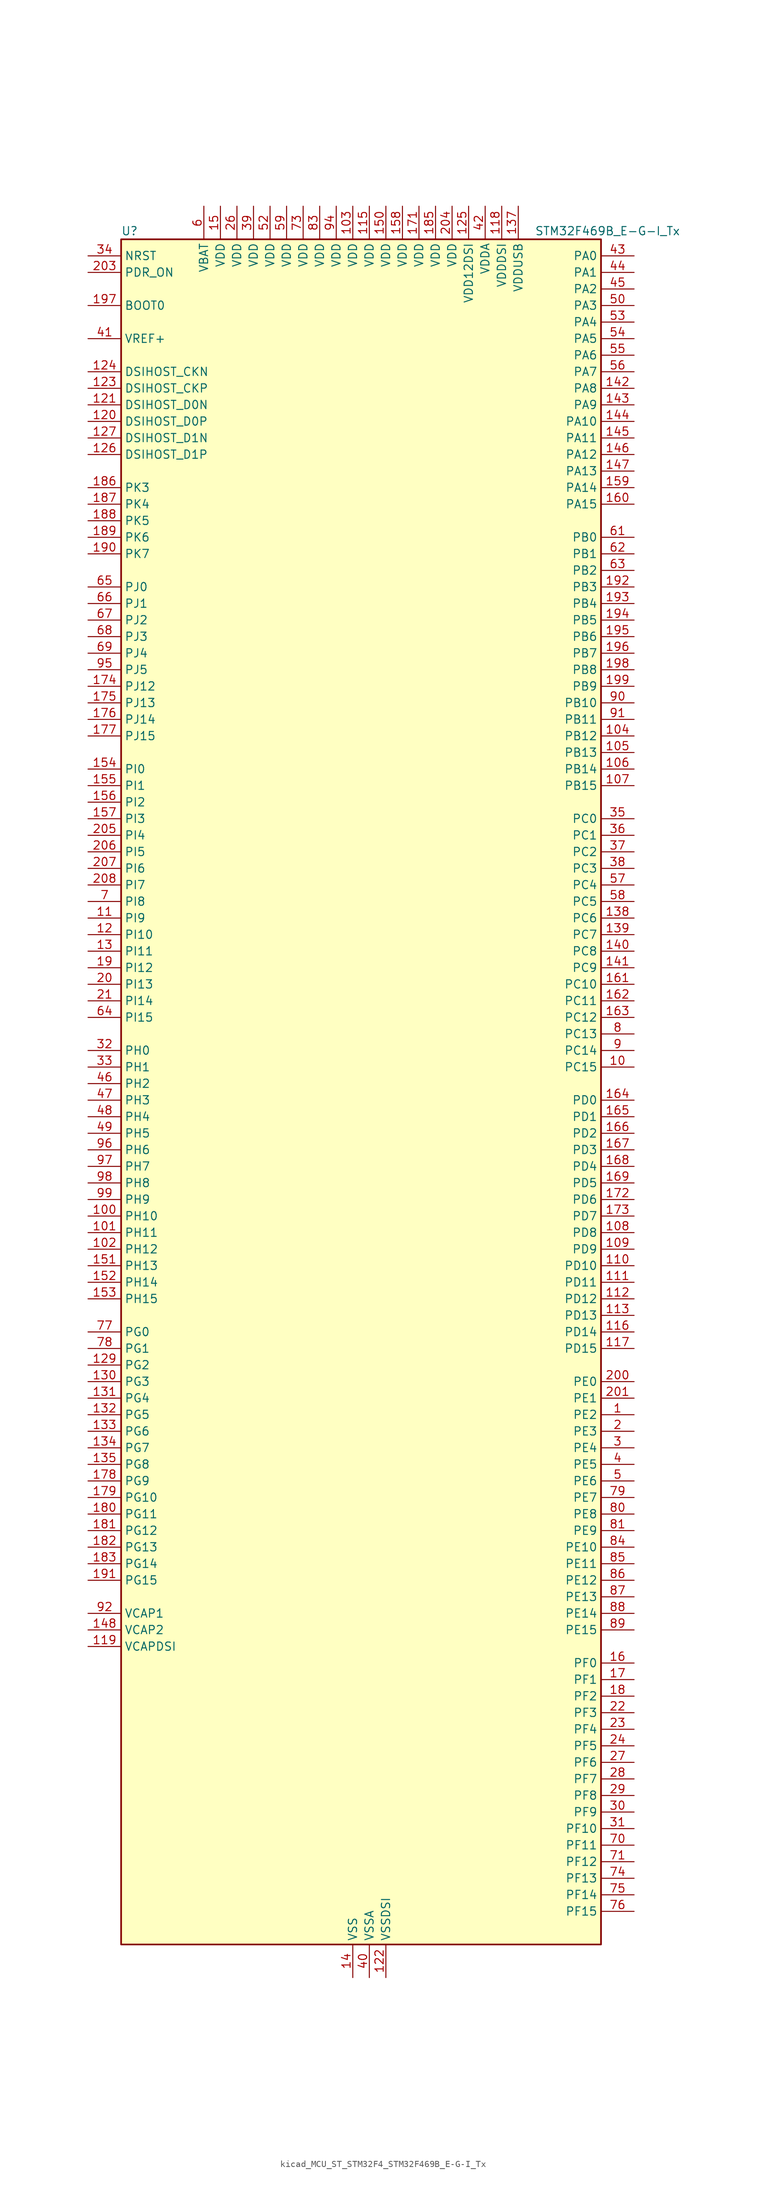
<source format=kicad_sym>
(kicad_symbol_lib
  (version 20220914)
  (generator kicad_symbol_editor)
  (symbol "kicad_MCU_ST_STM32F4_STM32F469B_E-G-I_Tx"
    (property "Reference" "U"
      (at -35.56 133.35 0)
      (effects (font (size 1.27 1.27)) (justify left)))
    (property "Value" "STM32F469B_E-G-I_Tx"
      (at 27.94 133.35 0)
      (effects (font (size 1.27 1.27)) (justify left)))
    (property "ki_locked" ""
      (at 0 0 0)
      (effects (font (size 1.27 1.27))))
    (symbol "kicad_MCU_ST_STM32F4_STM32F469B_E-G-I_Tx_0_1"
      (rectangle (start -35.56 -129.54) (end 38.1 132.08) (stroke (width 0.254) (type default)) (fill (type background))))
    (symbol "kicad_MCU_ST_STM32F4_STM32F469B_E-G-I_Tx_1_1"
      (pin bidirectional line (at 43.18 -48.26 180) (length 5.08) (name "PE2" (effects (font (size 1.27 1.27)))) (number "1" (effects (font (size 1.27 1.27)))) (alternate "ETH_TXD3" bidirectional line) (alternate "FMC_A23" bidirectional line) (alternate "QUADSPI_BK1_IO2" bidirectional line) (alternate "SAI1_MCLK_A" bidirectional line) (alternate "SPI4_SCK" bidirectional line) (alternate "SYS_TRACECLK" bidirectional line))
      (pin bidirectional line (at 43.18 5.08 180) (length 5.08) (name "PC15" (effects (font (size 1.27 1.27)))) (number "10" (effects (font (size 1.27 1.27)))) (alternate "ADC1_EXTI15" bidirectional line) (alternate "ADC2_EXTI15" bidirectional line) (alternate "ADC3_EXTI15" bidirectional line) (alternate "RCC_OSC32_OUT" bidirectional line))
      (pin bidirectional line (at -40.64 -17.78 0) (length 5.08) (name "PH10" (effects (font (size 1.27 1.27)))) (number "100" (effects (font (size 1.27 1.27)))) (alternate "DCMI_D1" bidirectional line) (alternate "FMC_D18" bidirectional line) (alternate "LTDC_R4" bidirectional line) (alternate "TIM5_CH1" bidirectional line))
      (pin bidirectional line (at -40.64 -20.32 0) (length 5.08) (name "PH11" (effects (font (size 1.27 1.27)))) (number "101" (effects (font (size 1.27 1.27)))) (alternate "ADC1_EXTI11" bidirectional line) (alternate "ADC2_EXTI11" bidirectional line) (alternate "ADC3_EXTI11" bidirectional line) (alternate "DCMI_D2" bidirectional line) (alternate "FMC_D19" bidirectional line) (alternate "LTDC_R5" bidirectional line) (alternate "TIM5_CH2" bidirectional line))
      (pin bidirectional line (at -40.64 -22.86 0) (length 5.08) (name "PH12" (effects (font (size 1.27 1.27)))) (number "102" (effects (font (size 1.27 1.27)))) (alternate "DCMI_D3" bidirectional line) (alternate "FMC_D20" bidirectional line) (alternate "LTDC_R6" bidirectional line) (alternate "TIM5_CH3" bidirectional line))
      (pin power_in line (at 0 137.16 270) (length 5.08) (name "VDD" (effects (font (size 1.27 1.27)))) (number "103" (effects (font (size 1.27 1.27)))))
      (pin bidirectional line (at 43.18 55.88 180) (length 5.08) (name "PB12" (effects (font (size 1.27 1.27)))) (number "104" (effects (font (size 1.27 1.27)))) (alternate "CAN2_RX" bidirectional line) (alternate "ETH_TXD0" bidirectional line) (alternate "I2C2_SMBA" bidirectional line) (alternate "I2S2_WS" bidirectional line) (alternate "SPI2_NSS" bidirectional line) (alternate "TIM1_BKIN" bidirectional line) (alternate "USART3_CK" bidirectional line) (alternate "USB_OTG_HS_ID" bidirectional line) (alternate "USB_OTG_HS_ULPI_D5" bidirectional line))
      (pin bidirectional line (at 43.18 53.34 180) (length 5.08) (name "PB13" (effects (font (size 1.27 1.27)))) (number "105" (effects (font (size 1.27 1.27)))) (alternate "CAN2_TX" bidirectional line) (alternate "ETH_TXD1" bidirectional line) (alternate "I2S2_CK" bidirectional line) (alternate "SPI2_SCK" bidirectional line) (alternate "TIM1_CH1N" bidirectional line) (alternate "USART3_CTS" bidirectional line) (alternate "USB_OTG_HS_ULPI_D6" bidirectional line) (alternate "USB_OTG_HS_VBUS" bidirectional line))
      (pin bidirectional line (at 43.18 50.8 180) (length 5.08) (name "PB14" (effects (font (size 1.27 1.27)))) (number "106" (effects (font (size 1.27 1.27)))) (alternate "I2S2_ext_SD" bidirectional line) (alternate "SPI2_MISO" bidirectional line) (alternate "TIM12_CH1" bidirectional line) (alternate "TIM1_CH2N" bidirectional line) (alternate "TIM8_CH2N" bidirectional line) (alternate "USART3_RTS" bidirectional line) (alternate "USB_OTG_HS_DM" bidirectional line))
      (pin bidirectional line (at 43.18 48.26 180) (length 5.08) (name "PB15" (effects (font (size 1.27 1.27)))) (number "107" (effects (font (size 1.27 1.27)))) (alternate "ADC1_EXTI15" bidirectional line) (alternate "ADC2_EXTI15" bidirectional line) (alternate "ADC3_EXTI15" bidirectional line) (alternate "I2S2_SD" bidirectional line) (alternate "RTC_REFIN" bidirectional line) (alternate "SPI2_MOSI" bidirectional line) (alternate "TIM12_CH2" bidirectional line) (alternate "TIM1_CH3N" bidirectional line) (alternate "TIM8_CH3N" bidirectional line) (alternate "USB_OTG_HS_DP" bidirectional line))
      (pin bidirectional line (at 43.18 -20.32 180) (length 5.08) (name "PD8" (effects (font (size 1.27 1.27)))) (number "108" (effects (font (size 1.27 1.27)))) (alternate "FMC_D13" bidirectional line) (alternate "FMC_DA13" bidirectional line) (alternate "USART3_TX" bidirectional line))
      (pin bidirectional line (at 43.18 -22.86 180) (length 5.08) (name "PD9" (effects (font (size 1.27 1.27)))) (number "109" (effects (font (size 1.27 1.27)))) (alternate "DAC_EXTI9" bidirectional line) (alternate "FMC_D14" bidirectional line) (alternate "FMC_DA14" bidirectional line) (alternate "USART3_RX" bidirectional line))
      (pin bidirectional line (at -40.64 27.94 0) (length 5.08) (name "PI9" (effects (font (size 1.27 1.27)))) (number "11" (effects (font (size 1.27 1.27)))) (alternate "CAN1_RX" bidirectional line) (alternate "DAC_EXTI9" bidirectional line) (alternate "FMC_D30" bidirectional line) (alternate "LTDC_VSYNC" bidirectional line))
      (pin bidirectional line (at 43.18 -25.4 180) (length 5.08) (name "PD10" (effects (font (size 1.27 1.27)))) (number "110" (effects (font (size 1.27 1.27)))) (alternate "FMC_D15" bidirectional line) (alternate "FMC_DA15" bidirectional line) (alternate "LTDC_B3" bidirectional line) (alternate "USART3_CK" bidirectional line))
      (pin bidirectional line (at 43.18 -27.94 180) (length 5.08) (name "PD11" (effects (font (size 1.27 1.27)))) (number "111" (effects (font (size 1.27 1.27)))) (alternate "ADC1_EXTI11" bidirectional line) (alternate "ADC2_EXTI11" bidirectional line) (alternate "ADC3_EXTI11" bidirectional line) (alternate "FMC_A16" bidirectional line) (alternate "FMC_CLE" bidirectional line) (alternate "QUADSPI_BK1_IO0" bidirectional line) (alternate "USART3_CTS" bidirectional line))
      (pin bidirectional line (at 43.18 -30.48 180) (length 5.08) (name "PD12" (effects (font (size 1.27 1.27)))) (number "112" (effects (font (size 1.27 1.27)))) (alternate "FMC_A17" bidirectional line) (alternate "FMC_ALE" bidirectional line) (alternate "QUADSPI_BK1_IO1" bidirectional line) (alternate "TIM4_CH1" bidirectional line) (alternate "USART3_RTS" bidirectional line))
      (pin bidirectional line (at 43.18 -33.02 180) (length 5.08) (name "PD13" (effects (font (size 1.27 1.27)))) (number "113" (effects (font (size 1.27 1.27)))) (alternate "FMC_A18" bidirectional line) (alternate "QUADSPI_BK1_IO3" bidirectional line) (alternate "TIM4_CH2" bidirectional line))
      (pin passive line (at 0 -134.62 90) (length 5.08) hide (name "VSS" (effects (font (size 1.27 1.27)))) (number "114" (effects (font (size 1.27 1.27)))))
      (pin power_in line (at 2.54 137.16 270) (length 5.08) (name "VDD" (effects (font (size 1.27 1.27)))) (number "115" (effects (font (size 1.27 1.27)))))
      (pin bidirectional line (at 43.18 -35.56 180) (length 5.08) (name "PD14" (effects (font (size 1.27 1.27)))) (number "116" (effects (font (size 1.27 1.27)))) (alternate "FMC_D0" bidirectional line) (alternate "FMC_DA0" bidirectional line) (alternate "TIM4_CH3" bidirectional line))
      (pin bidirectional line (at 43.18 -38.1 180) (length 5.08) (name "PD15" (effects (font (size 1.27 1.27)))) (number "117" (effects (font (size 1.27 1.27)))) (alternate "ADC1_EXTI15" bidirectional line) (alternate "ADC2_EXTI15" bidirectional line) (alternate "ADC3_EXTI15" bidirectional line) (alternate "FMC_D1" bidirectional line) (alternate "FMC_DA1" bidirectional line) (alternate "TIM4_CH4" bidirectional line))
      (pin power_in line (at 22.86 137.16 270) (length 5.08) (name "VDDDSI" (effects (font (size 1.27 1.27)))) (number "118" (effects (font (size 1.27 1.27)))))
      (pin power_out line (at -40.64 -83.82 0) (length 5.08) (name "VCAPDSI" (effects (font (size 1.27 1.27)))) (number "119" (effects (font (size 1.27 1.27)))))
      (pin bidirectional line (at -40.64 25.4 0) (length 5.08) (name "PI10" (effects (font (size 1.27 1.27)))) (number "12" (effects (font (size 1.27 1.27)))) (alternate "ETH_RX_ER" bidirectional line) (alternate "FMC_D31" bidirectional line) (alternate "LTDC_HSYNC" bidirectional line))
      (pin bidirectional line (at -40.64 104.14 0) (length 5.08) (name "DSIHOST_D0P" (effects (font (size 1.27 1.27)))) (number "120" (effects (font (size 1.27 1.27)))) (alternate "DSIHOST_D0P" bidirectional line))
      (pin bidirectional line (at -40.64 106.68 0) (length 5.08) (name "DSIHOST_D0N" (effects (font (size 1.27 1.27)))) (number "121" (effects (font (size 1.27 1.27)))) (alternate "DSIHOST_D0N" bidirectional line))
      (pin power_in line (at 5.08 -134.62 90) (length 5.08) (name "VSSDSI" (effects (font (size 1.27 1.27)))) (number "122" (effects (font (size 1.27 1.27)))))
      (pin bidirectional line (at -40.64 109.22 0) (length 5.08) (name "DSIHOST_CKP" (effects (font (size 1.27 1.27)))) (number "123" (effects (font (size 1.27 1.27)))) (alternate "DSIHOST_CKP" bidirectional line))
      (pin bidirectional line (at -40.64 111.76 0) (length 5.08) (name "DSIHOST_CKN" (effects (font (size 1.27 1.27)))) (number "124" (effects (font (size 1.27 1.27)))) (alternate "DSIHOST_CKN" bidirectional line))
      (pin power_in line (at 17.78 137.16 270) (length 5.08) (name "VDD12DSI" (effects (font (size 1.27 1.27)))) (number "125" (effects (font (size 1.27 1.27)))))
      (pin bidirectional line (at -40.64 99.06 0) (length 5.08) (name "DSIHOST_D1P" (effects (font (size 1.27 1.27)))) (number "126" (effects (font (size 1.27 1.27)))) (alternate "DSIHOST_D1P" bidirectional line))
      (pin bidirectional line (at -40.64 101.6 0) (length 5.08) (name "DSIHOST_D1N" (effects (font (size 1.27 1.27)))) (number "127" (effects (font (size 1.27 1.27)))) (alternate "DSIHOST_D1N" bidirectional line))
      (pin passive line (at 5.08 -134.62 90) (length 5.08) hide (name "VSSDSI" (effects (font (size 1.27 1.27)))) (number "128" (effects (font (size 1.27 1.27)))))
      (pin bidirectional line (at -40.64 -40.64 0) (length 5.08) (name "PG2" (effects (font (size 1.27 1.27)))) (number "129" (effects (font (size 1.27 1.27)))) (alternate "FMC_A12" bidirectional line))
      (pin bidirectional line (at -40.64 22.86 0) (length 5.08) (name "PI11" (effects (font (size 1.27 1.27)))) (number "13" (effects (font (size 1.27 1.27)))) (alternate "ADC1_EXTI11" bidirectional line) (alternate "ADC2_EXTI11" bidirectional line) (alternate "ADC3_EXTI11" bidirectional line) (alternate "LTDC_G6" bidirectional line) (alternate "USB_OTG_HS_ULPI_DIR" bidirectional line))
      (pin bidirectional line (at -40.64 -43.18 0) (length 5.08) (name "PG3" (effects (font (size 1.27 1.27)))) (number "130" (effects (font (size 1.27 1.27)))) (alternate "FMC_A13" bidirectional line))
      (pin bidirectional line (at -40.64 -45.72 0) (length 5.08) (name "PG4" (effects (font (size 1.27 1.27)))) (number "131" (effects (font (size 1.27 1.27)))) (alternate "FMC_A14" bidirectional line) (alternate "FMC_BA0" bidirectional line))
      (pin bidirectional line (at -40.64 -48.26 0) (length 5.08) (name "PG5" (effects (font (size 1.27 1.27)))) (number "132" (effects (font (size 1.27 1.27)))) (alternate "FMC_A15" bidirectional line) (alternate "FMC_BA1" bidirectional line))
      (pin bidirectional line (at -40.64 -50.8 0) (length 5.08) (name "PG6" (effects (font (size 1.27 1.27)))) (number "133" (effects (font (size 1.27 1.27)))) (alternate "DCMI_D12" bidirectional line) (alternate "LTDC_R7" bidirectional line))
      (pin bidirectional line (at -40.64 -53.34 0) (length 5.08) (name "PG7" (effects (font (size 1.27 1.27)))) (number "134" (effects (font (size 1.27 1.27)))) (alternate "DCMI_D13" bidirectional line) (alternate "FMC_INT" bidirectional line) (alternate "LTDC_CLK" bidirectional line) (alternate "SAI1_MCLK_A" bidirectional line) (alternate "USART6_CK" bidirectional line))
      (pin bidirectional line (at -40.64 -55.88 0) (length 5.08) (name "PG8" (effects (font (size 1.27 1.27)))) (number "135" (effects (font (size 1.27 1.27)))) (alternate "ETH_PPS_OUT" bidirectional line) (alternate "FMC_SDCLK" bidirectional line) (alternate "LTDC_G7" bidirectional line) (alternate "SPI6_NSS" bidirectional line) (alternate "USART6_RTS" bidirectional line))
      (pin passive line (at 0 -134.62 90) (length 5.08) hide (name "VSS" (effects (font (size 1.27 1.27)))) (number "136" (effects (font (size 1.27 1.27)))))
      (pin power_in line (at 25.4 137.16 270) (length 5.08) (name "VDDUSB" (effects (font (size 1.27 1.27)))) (number "137" (effects (font (size 1.27 1.27)))))
      (pin bidirectional line (at 43.18 27.94 180) (length 5.08) (name "PC6" (effects (font (size 1.27 1.27)))) (number "138" (effects (font (size 1.27 1.27)))) (alternate "DCMI_D0" bidirectional line) (alternate "I2S2_MCK" bidirectional line) (alternate "LTDC_HSYNC" bidirectional line) (alternate "SDIO_D6" bidirectional line) (alternate "TIM3_CH1" bidirectional line) (alternate "TIM8_CH1" bidirectional line) (alternate "USART6_TX" bidirectional line))
      (pin bidirectional line (at 43.18 25.4 180) (length 5.08) (name "PC7" (effects (font (size 1.27 1.27)))) (number "139" (effects (font (size 1.27 1.27)))) (alternate "DCMI_D1" bidirectional line) (alternate "I2S3_MCK" bidirectional line) (alternate "LTDC_G6" bidirectional line) (alternate "SDIO_D7" bidirectional line) (alternate "TIM3_CH2" bidirectional line) (alternate "TIM8_CH2" bidirectional line) (alternate "USART6_RX" bidirectional line))
      (pin power_in line (at 0 -134.62 90) (length 5.08) (name "VSS" (effects (font (size 1.27 1.27)))) (number "14" (effects (font (size 1.27 1.27)))))
      (pin bidirectional line (at 43.18 22.86 180) (length 5.08) (name "PC8" (effects (font (size 1.27 1.27)))) (number "140" (effects (font (size 1.27 1.27)))) (alternate "DCMI_D2" bidirectional line) (alternate "SDIO_D0" bidirectional line) (alternate "SYS_TRACED1" bidirectional line) (alternate "TIM3_CH3" bidirectional line) (alternate "TIM8_CH3" bidirectional line) (alternate "USART6_CK" bidirectional line))
      (pin bidirectional line (at 43.18 20.32 180) (length 5.08) (name "PC9" (effects (font (size 1.27 1.27)))) (number "141" (effects (font (size 1.27 1.27)))) (alternate "DAC_EXTI9" bidirectional line) (alternate "DCMI_D3" bidirectional line) (alternate "I2C3_SDA" bidirectional line) (alternate "I2S_CKIN" bidirectional line) (alternate "QUADSPI_BK1_IO0" bidirectional line) (alternate "RCC_MCO_2" bidirectional line) (alternate "SDIO_D1" bidirectional line) (alternate "TIM3_CH4" bidirectional line) (alternate "TIM8_CH4" bidirectional line))
      (pin bidirectional line (at 43.18 109.22 180) (length 5.08) (name "PA8" (effects (font (size 1.27 1.27)))) (number "142" (effects (font (size 1.27 1.27)))) (alternate "I2C3_SCL" bidirectional line) (alternate "LTDC_R6" bidirectional line) (alternate "RCC_MCO_1" bidirectional line) (alternate "TIM1_CH1" bidirectional line) (alternate "USART1_CK" bidirectional line) (alternate "USB_OTG_FS_SOF" bidirectional line))
      (pin bidirectional line (at 43.18 106.68 180) (length 5.08) (name "PA9" (effects (font (size 1.27 1.27)))) (number "143" (effects (font (size 1.27 1.27)))) (alternate "DAC_EXTI9" bidirectional line) (alternate "DCMI_D0" bidirectional line) (alternate "I2C3_SMBA" bidirectional line) (alternate "I2S2_CK" bidirectional line) (alternate "SPI2_SCK" bidirectional line) (alternate "TIM1_CH2" bidirectional line) (alternate "USART1_TX" bidirectional line) (alternate "USB_OTG_FS_VBUS" bidirectional line))
      (pin bidirectional line (at 43.18 104.14 180) (length 5.08) (name "PA10" (effects (font (size 1.27 1.27)))) (number "144" (effects (font (size 1.27 1.27)))) (alternate "DCMI_D1" bidirectional line) (alternate "TIM1_CH3" bidirectional line) (alternate "USART1_RX" bidirectional line) (alternate "USB_OTG_FS_ID" bidirectional line))
      (pin bidirectional line (at 43.18 101.6 180) (length 5.08) (name "PA11" (effects (font (size 1.27 1.27)))) (number "145" (effects (font (size 1.27 1.27)))) (alternate "ADC1_EXTI11" bidirectional line) (alternate "ADC2_EXTI11" bidirectional line) (alternate "ADC3_EXTI11" bidirectional line) (alternate "CAN1_RX" bidirectional line) (alternate "LTDC_R4" bidirectional line) (alternate "TIM1_CH4" bidirectional line) (alternate "USART1_CTS" bidirectional line) (alternate "USB_OTG_FS_DM" bidirectional line))
      (pin bidirectional line (at 43.18 99.06 180) (length 5.08) (name "PA12" (effects (font (size 1.27 1.27)))) (number "146" (effects (font (size 1.27 1.27)))) (alternate "CAN1_TX" bidirectional line) (alternate "LTDC_R5" bidirectional line) (alternate "TIM1_ETR" bidirectional line) (alternate "USART1_RTS" bidirectional line) (alternate "USB_OTG_FS_DP" bidirectional line))
      (pin bidirectional line (at 43.18 96.52 180) (length 5.08) (name "PA13" (effects (font (size 1.27 1.27)))) (number "147" (effects (font (size 1.27 1.27)))) (alternate "SYS_JTMS-SWDIO" bidirectional line))
      (pin power_out line (at -40.64 -81.28 0) (length 5.08) (name "VCAP2" (effects (font (size 1.27 1.27)))) (number "148" (effects (font (size 1.27 1.27)))))
      (pin passive line (at 0 -134.62 90) (length 5.08) hide (name "VSS" (effects (font (size 1.27 1.27)))) (number "149" (effects (font (size 1.27 1.27)))))
      (pin power_in line (at -20.32 137.16 270) (length 5.08) (name "VDD" (effects (font (size 1.27 1.27)))) (number "15" (effects (font (size 1.27 1.27)))))
      (pin power_in line (at 5.08 137.16 270) (length 5.08) (name "VDD" (effects (font (size 1.27 1.27)))) (number "150" (effects (font (size 1.27 1.27)))))
      (pin bidirectional line (at -40.64 -25.4 0) (length 5.08) (name "PH13" (effects (font (size 1.27 1.27)))) (number "151" (effects (font (size 1.27 1.27)))) (alternate "CAN1_TX" bidirectional line) (alternate "FMC_D21" bidirectional line) (alternate "LTDC_G2" bidirectional line) (alternate "TIM8_CH1N" bidirectional line))
      (pin bidirectional line (at -40.64 -27.94 0) (length 5.08) (name "PH14" (effects (font (size 1.27 1.27)))) (number "152" (effects (font (size 1.27 1.27)))) (alternate "DCMI_D4" bidirectional line) (alternate "FMC_D22" bidirectional line) (alternate "LTDC_G3" bidirectional line) (alternate "TIM8_CH2N" bidirectional line))
      (pin bidirectional line (at -40.64 -30.48 0) (length 5.08) (name "PH15" (effects (font (size 1.27 1.27)))) (number "153" (effects (font (size 1.27 1.27)))) (alternate "ADC1_EXTI15" bidirectional line) (alternate "ADC2_EXTI15" bidirectional line) (alternate "ADC3_EXTI15" bidirectional line) (alternate "DCMI_D11" bidirectional line) (alternate "FMC_D23" bidirectional line) (alternate "LTDC_G4" bidirectional line) (alternate "TIM8_CH3N" bidirectional line))
      (pin bidirectional line (at -40.64 50.8 0) (length 5.08) (name "PI0" (effects (font (size 1.27 1.27)))) (number "154" (effects (font (size 1.27 1.27)))) (alternate "DCMI_D13" bidirectional line) (alternate "FMC_D24" bidirectional line) (alternate "I2S2_WS" bidirectional line) (alternate "LTDC_G5" bidirectional line) (alternate "SPI2_NSS" bidirectional line) (alternate "TIM5_CH4" bidirectional line))
      (pin bidirectional line (at -40.64 48.26 0) (length 5.08) (name "PI1" (effects (font (size 1.27 1.27)))) (number "155" (effects (font (size 1.27 1.27)))) (alternate "DCMI_D8" bidirectional line) (alternate "FMC_D25" bidirectional line) (alternate "I2S2_CK" bidirectional line) (alternate "LTDC_G6" bidirectional line) (alternate "SPI2_SCK" bidirectional line))
      (pin bidirectional line (at -40.64 45.72 0) (length 5.08) (name "PI2" (effects (font (size 1.27 1.27)))) (number "156" (effects (font (size 1.27 1.27)))) (alternate "DCMI_D9" bidirectional line) (alternate "FMC_D26" bidirectional line) (alternate "I2S2_ext_SD" bidirectional line) (alternate "LTDC_G7" bidirectional line) (alternate "SPI2_MISO" bidirectional line) (alternate "TIM8_CH4" bidirectional line))
      (pin bidirectional line (at -40.64 43.18 0) (length 5.08) (name "PI3" (effects (font (size 1.27 1.27)))) (number "157" (effects (font (size 1.27 1.27)))) (alternate "DCMI_D10" bidirectional line) (alternate "FMC_D27" bidirectional line) (alternate "I2S2_SD" bidirectional line) (alternate "SPI2_MOSI" bidirectional line) (alternate "TIM8_ETR" bidirectional line))
      (pin power_in line (at 7.62 137.16 270) (length 5.08) (name "VDD" (effects (font (size 1.27 1.27)))) (number "158" (effects (font (size 1.27 1.27)))))
      (pin bidirectional line (at 43.18 93.98 180) (length 5.08) (name "PA14" (effects (font (size 1.27 1.27)))) (number "159" (effects (font (size 1.27 1.27)))) (alternate "SYS_JTCK-SWCLK" bidirectional line))
      (pin bidirectional line (at 43.18 -86.36 180) (length 5.08) (name "PF0" (effects (font (size 1.27 1.27)))) (number "16" (effects (font (size 1.27 1.27)))) (alternate "FMC_A0" bidirectional line) (alternate "I2C2_SDA" bidirectional line))
      (pin bidirectional line (at 43.18 91.44 180) (length 5.08) (name "PA15" (effects (font (size 1.27 1.27)))) (number "160" (effects (font (size 1.27 1.27)))) (alternate "ADC1_EXTI15" bidirectional line) (alternate "ADC2_EXTI15" bidirectional line) (alternate "ADC3_EXTI15" bidirectional line) (alternate "I2S3_WS" bidirectional line) (alternate "SPI1_NSS" bidirectional line) (alternate "SPI3_NSS" bidirectional line) (alternate "SYS_JTDI" bidirectional line) (alternate "TIM2_CH1" bidirectional line) (alternate "TIM2_ETR" bidirectional line))
      (pin bidirectional line (at 43.18 17.78 180) (length 5.08) (name "PC10" (effects (font (size 1.27 1.27)))) (number "161" (effects (font (size 1.27 1.27)))) (alternate "DCMI_D8" bidirectional line) (alternate "I2S3_CK" bidirectional line) (alternate "LTDC_R2" bidirectional line) (alternate "QUADSPI_BK1_IO1" bidirectional line) (alternate "SDIO_D2" bidirectional line) (alternate "SPI3_SCK" bidirectional line) (alternate "UART4_TX" bidirectional line) (alternate "USART3_TX" bidirectional line))
      (pin bidirectional line (at 43.18 15.24 180) (length 5.08) (name "PC11" (effects (font (size 1.27 1.27)))) (number "162" (effects (font (size 1.27 1.27)))) (alternate "ADC1_EXTI11" bidirectional line) (alternate "ADC2_EXTI11" bidirectional line) (alternate "ADC3_EXTI11" bidirectional line) (alternate "DCMI_D4" bidirectional line) (alternate "I2S3_ext_SD" bidirectional line) (alternate "QUADSPI_BK2_NCS" bidirectional line) (alternate "SDIO_D3" bidirectional line) (alternate "SPI3_MISO" bidirectional line) (alternate "UART4_RX" bidirectional line) (alternate "USART3_RX" bidirectional line))
      (pin bidirectional line (at 43.18 12.7 180) (length 5.08) (name "PC12" (effects (font (size 1.27 1.27)))) (number "163" (effects (font (size 1.27 1.27)))) (alternate "DCMI_D9" bidirectional line) (alternate "I2S3_SD" bidirectional line) (alternate "SDIO_CK" bidirectional line) (alternate "SPI3_MOSI" bidirectional line) (alternate "SYS_TRACED3" bidirectional line) (alternate "UART5_TX" bidirectional line) (alternate "USART3_CK" bidirectional line))
      (pin bidirectional line (at 43.18 0 180) (length 5.08) (name "PD0" (effects (font (size 1.27 1.27)))) (number "164" (effects (font (size 1.27 1.27)))) (alternate "CAN1_RX" bidirectional line) (alternate "FMC_D2" bidirectional line) (alternate "FMC_DA2" bidirectional line))
      (pin bidirectional line (at 43.18 -2.54 180) (length 5.08) (name "PD1" (effects (font (size 1.27 1.27)))) (number "165" (effects (font (size 1.27 1.27)))) (alternate "CAN1_TX" bidirectional line) (alternate "FMC_D3" bidirectional line) (alternate "FMC_DA3" bidirectional line))
      (pin bidirectional line (at 43.18 -5.08 180) (length 5.08) (name "PD2" (effects (font (size 1.27 1.27)))) (number "166" (effects (font (size 1.27 1.27)))) (alternate "DCMI_D11" bidirectional line) (alternate "SDIO_CMD" bidirectional line) (alternate "SYS_TRACED2" bidirectional line) (alternate "TIM3_ETR" bidirectional line) (alternate "UART5_RX" bidirectional line))
      (pin bidirectional line (at 43.18 -7.62 180) (length 5.08) (name "PD3" (effects (font (size 1.27 1.27)))) (number "167" (effects (font (size 1.27 1.27)))) (alternate "DCMI_D5" bidirectional line) (alternate "FMC_CLK" bidirectional line) (alternate "I2S2_CK" bidirectional line) (alternate "LTDC_G7" bidirectional line) (alternate "SPI2_SCK" bidirectional line) (alternate "USART2_CTS" bidirectional line))
      (pin bidirectional line (at 43.18 -10.16 180) (length 5.08) (name "PD4" (effects (font (size 1.27 1.27)))) (number "168" (effects (font (size 1.27 1.27)))) (alternate "FMC_NOE" bidirectional line) (alternate "USART2_RTS" bidirectional line))
      (pin bidirectional line (at 43.18 -12.7 180) (length 5.08) (name "PD5" (effects (font (size 1.27 1.27)))) (number "169" (effects (font (size 1.27 1.27)))) (alternate "FMC_NWE" bidirectional line) (alternate "USART2_TX" bidirectional line))
      (pin bidirectional line (at 43.18 -88.9 180) (length 5.08) (name "PF1" (effects (font (size 1.27 1.27)))) (number "17" (effects (font (size 1.27 1.27)))) (alternate "FMC_A1" bidirectional line) (alternate "I2C2_SCL" bidirectional line))
      (pin passive line (at 0 -134.62 90) (length 5.08) hide (name "VSS" (effects (font (size 1.27 1.27)))) (number "170" (effects (font (size 1.27 1.27)))))
      (pin power_in line (at 10.16 137.16 270) (length 5.08) (name "VDD" (effects (font (size 1.27 1.27)))) (number "171" (effects (font (size 1.27 1.27)))))
      (pin bidirectional line (at 43.18 -15.24 180) (length 5.08) (name "PD6" (effects (font (size 1.27 1.27)))) (number "172" (effects (font (size 1.27 1.27)))) (alternate "DCMI_D10" bidirectional line) (alternate "FMC_NWAIT" bidirectional line) (alternate "I2S3_SD" bidirectional line) (alternate "LTDC_B2" bidirectional line) (alternate "SAI1_SD_A" bidirectional line) (alternate "SPI3_MOSI" bidirectional line) (alternate "USART2_RX" bidirectional line))
      (pin bidirectional line (at 43.18 -17.78 180) (length 5.08) (name "PD7" (effects (font (size 1.27 1.27)))) (number "173" (effects (font (size 1.27 1.27)))) (alternate "FMC_NE1" bidirectional line) (alternate "USART2_CK" bidirectional line))
      (pin bidirectional line (at -40.64 63.5 0) (length 5.08) (name "PJ12" (effects (font (size 1.27 1.27)))) (number "174" (effects (font (size 1.27 1.27)))) (alternate "LTDC_B0" bidirectional line) (alternate "LTDC_G3" bidirectional line))
      (pin bidirectional line (at -40.64 60.96 0) (length 5.08) (name "PJ13" (effects (font (size 1.27 1.27)))) (number "175" (effects (font (size 1.27 1.27)))) (alternate "LTDC_B1" bidirectional line) (alternate "LTDC_G4" bidirectional line))
      (pin bidirectional line (at -40.64 58.42 0) (length 5.08) (name "PJ14" (effects (font (size 1.27 1.27)))) (number "176" (effects (font (size 1.27 1.27)))) (alternate "LTDC_B2" bidirectional line))
      (pin bidirectional line (at -40.64 55.88 0) (length 5.08) (name "PJ15" (effects (font (size 1.27 1.27)))) (number "177" (effects (font (size 1.27 1.27)))) (alternate "ADC1_EXTI15" bidirectional line) (alternate "ADC2_EXTI15" bidirectional line) (alternate "ADC3_EXTI15" bidirectional line) (alternate "LTDC_B3" bidirectional line))
      (pin bidirectional line (at -40.64 -58.42 0) (length 5.08) (name "PG9" (effects (font (size 1.27 1.27)))) (number "178" (effects (font (size 1.27 1.27)))) (alternate "DAC_EXTI9" bidirectional line) (alternate "DCMI_VSYNC" bidirectional line) (alternate "FMC_NCE" bidirectional line) (alternate "FMC_NE2" bidirectional line) (alternate "QUADSPI_BK2_IO2" bidirectional line) (alternate "USART6_RX" bidirectional line))
      (pin bidirectional line (at -40.64 -60.96 0) (length 5.08) (name "PG10" (effects (font (size 1.27 1.27)))) (number "179" (effects (font (size 1.27 1.27)))) (alternate "DCMI_D2" bidirectional line) (alternate "FMC_NE3" bidirectional line) (alternate "LTDC_B2" bidirectional line) (alternate "LTDC_G3" bidirectional line))
      (pin bidirectional line (at 43.18 -91.44 180) (length 5.08) (name "PF2" (effects (font (size 1.27 1.27)))) (number "18" (effects (font (size 1.27 1.27)))) (alternate "FMC_A2" bidirectional line) (alternate "I2C2_SMBA" bidirectional line))
      (pin bidirectional line (at -40.64 -63.5 0) (length 5.08) (name "PG11" (effects (font (size 1.27 1.27)))) (number "180" (effects (font (size 1.27 1.27)))) (alternate "ADC1_EXTI11" bidirectional line) (alternate "ADC2_EXTI11" bidirectional line) (alternate "ADC3_EXTI11" bidirectional line) (alternate "DCMI_D3" bidirectional line) (alternate "ETH_TX_EN" bidirectional line) (alternate "LTDC_B3" bidirectional line))
      (pin bidirectional line (at -40.64 -66.04 0) (length 5.08) (name "PG12" (effects (font (size 1.27 1.27)))) (number "181" (effects (font (size 1.27 1.27)))) (alternate "FMC_NE4" bidirectional line) (alternate "LTDC_B1" bidirectional line) (alternate "LTDC_B4" bidirectional line) (alternate "SPI6_MISO" bidirectional line) (alternate "USART6_RTS" bidirectional line))
      (pin bidirectional line (at -40.64 -68.58 0) (length 5.08) (name "PG13" (effects (font (size 1.27 1.27)))) (number "182" (effects (font (size 1.27 1.27)))) (alternate "ETH_TXD0" bidirectional line) (alternate "FMC_A24" bidirectional line) (alternate "LTDC_R0" bidirectional line) (alternate "SPI6_SCK" bidirectional line) (alternate "SYS_TRACED0" bidirectional line) (alternate "USART6_CTS" bidirectional line))
      (pin bidirectional line (at -40.64 -71.12 0) (length 5.08) (name "PG14" (effects (font (size 1.27 1.27)))) (number "183" (effects (font (size 1.27 1.27)))) (alternate "ETH_TXD1" bidirectional line) (alternate "FMC_A25" bidirectional line) (alternate "LTDC_B0" bidirectional line) (alternate "QUADSPI_BK2_IO3" bidirectional line) (alternate "SPI6_MOSI" bidirectional line) (alternate "SYS_TRACED1" bidirectional line) (alternate "USART6_TX" bidirectional line))
      (pin passive line (at 0 -134.62 90) (length 5.08) hide (name "VSS" (effects (font (size 1.27 1.27)))) (number "184" (effects (font (size 1.27 1.27)))))
      (pin power_in line (at 12.7 137.16 270) (length 5.08) (name "VDD" (effects (font (size 1.27 1.27)))) (number "185" (effects (font (size 1.27 1.27)))))
      (pin bidirectional line (at -40.64 93.98 0) (length 5.08) (name "PK3" (effects (font (size 1.27 1.27)))) (number "186" (effects (font (size 1.27 1.27)))) (alternate "LTDC_B4" bidirectional line))
      (pin bidirectional line (at -40.64 91.44 0) (length 5.08) (name "PK4" (effects (font (size 1.27 1.27)))) (number "187" (effects (font (size 1.27 1.27)))) (alternate "LTDC_B5" bidirectional line))
      (pin bidirectional line (at -40.64 88.9 0) (length 5.08) (name "PK5" (effects (font (size 1.27 1.27)))) (number "188" (effects (font (size 1.27 1.27)))) (alternate "LTDC_B6" bidirectional line))
      (pin bidirectional line (at -40.64 86.36 0) (length 5.08) (name "PK6" (effects (font (size 1.27 1.27)))) (number "189" (effects (font (size 1.27 1.27)))) (alternate "LTDC_B7" bidirectional line))
      (pin bidirectional line (at -40.64 20.32 0) (length 5.08) (name "PI12" (effects (font (size 1.27 1.27)))) (number "19" (effects (font (size 1.27 1.27)))) (alternate "LTDC_HSYNC" bidirectional line))
      (pin bidirectional line (at -40.64 83.82 0) (length 5.08) (name "PK7" (effects (font (size 1.27 1.27)))) (number "190" (effects (font (size 1.27 1.27)))) (alternate "LTDC_DE" bidirectional line))
      (pin bidirectional line (at -40.64 -73.66 0) (length 5.08) (name "PG15" (effects (font (size 1.27 1.27)))) (number "191" (effects (font (size 1.27 1.27)))) (alternate "ADC1_EXTI15" bidirectional line) (alternate "ADC2_EXTI15" bidirectional line) (alternate "ADC3_EXTI15" bidirectional line) (alternate "DCMI_D13" bidirectional line) (alternate "FMC_SDNCAS" bidirectional line) (alternate "USART6_CTS" bidirectional line))
      (pin bidirectional line (at 43.18 78.74 180) (length 5.08) (name "PB3" (effects (font (size 1.27 1.27)))) (number "192" (effects (font (size 1.27 1.27)))) (alternate "I2S3_CK" bidirectional line) (alternate "SPI1_SCK" bidirectional line) (alternate "SPI3_SCK" bidirectional line) (alternate "SYS_JTDO-SWO" bidirectional line) (alternate "TIM2_CH2" bidirectional line))
      (pin bidirectional line (at 43.18 76.2 180) (length 5.08) (name "PB4" (effects (font (size 1.27 1.27)))) (number "193" (effects (font (size 1.27 1.27)))) (alternate "I2S3_ext_SD" bidirectional line) (alternate "SPI1_MISO" bidirectional line) (alternate "SPI3_MISO" bidirectional line) (alternate "SYS_JTRST" bidirectional line) (alternate "TIM3_CH1" bidirectional line))
      (pin bidirectional line (at 43.18 73.66 180) (length 5.08) (name "PB5" (effects (font (size 1.27 1.27)))) (number "194" (effects (font (size 1.27 1.27)))) (alternate "CAN2_RX" bidirectional line) (alternate "DCMI_D10" bidirectional line) (alternate "ETH_PPS_OUT" bidirectional line) (alternate "FMC_SDCKE1" bidirectional line) (alternate "I2C1_SMBA" bidirectional line) (alternate "I2S3_SD" bidirectional line) (alternate "LTDC_G7" bidirectional line) (alternate "SPI1_MOSI" bidirectional line) (alternate "SPI3_MOSI" bidirectional line) (alternate "TIM3_CH2" bidirectional line) (alternate "USB_OTG_HS_ULPI_D7" bidirectional line))
      (pin bidirectional line (at 43.18 71.12 180) (length 5.08) (name "PB6" (effects (font (size 1.27 1.27)))) (number "195" (effects (font (size 1.27 1.27)))) (alternate "CAN2_TX" bidirectional line) (alternate "DCMI_D5" bidirectional line) (alternate "FMC_SDNE1" bidirectional line) (alternate "I2C1_SCL" bidirectional line) (alternate "QUADSPI_BK1_NCS" bidirectional line) (alternate "TIM4_CH1" bidirectional line) (alternate "USART1_TX" bidirectional line))
      (pin bidirectional line (at 43.18 68.58 180) (length 5.08) (name "PB7" (effects (font (size 1.27 1.27)))) (number "196" (effects (font (size 1.27 1.27)))) (alternate "DCMI_VSYNC" bidirectional line) (alternate "FMC_NL" bidirectional line) (alternate "I2C1_SDA" bidirectional line) (alternate "TIM4_CH2" bidirectional line) (alternate "USART1_RX" bidirectional line))
      (pin input line (at -40.64 121.92 0) (length 5.08) (name "BOOT0" (effects (font (size 1.27 1.27)))) (number "197" (effects (font (size 1.27 1.27)))))
      (pin bidirectional line (at 43.18 66.04 180) (length 5.08) (name "PB8" (effects (font (size 1.27 1.27)))) (number "198" (effects (font (size 1.27 1.27)))) (alternate "CAN1_RX" bidirectional line) (alternate "DCMI_D6" bidirectional line) (alternate "ETH_TXD3" bidirectional line) (alternate "I2C1_SCL" bidirectional line) (alternate "LTDC_B6" bidirectional line) (alternate "SDIO_D4" bidirectional line) (alternate "TIM10_CH1" bidirectional line) (alternate "TIM4_CH3" bidirectional line))
      (pin bidirectional line (at 43.18 63.5 180) (length 5.08) (name "PB9" (effects (font (size 1.27 1.27)))) (number "199" (effects (font (size 1.27 1.27)))) (alternate "CAN1_TX" bidirectional line) (alternate "DAC_EXTI9" bidirectional line) (alternate "DCMI_D7" bidirectional line) (alternate "I2C1_SDA" bidirectional line) (alternate "I2S2_WS" bidirectional line) (alternate "LTDC_B7" bidirectional line) (alternate "SDIO_D5" bidirectional line) (alternate "SPI2_NSS" bidirectional line) (alternate "TIM11_CH1" bidirectional line) (alternate "TIM4_CH4" bidirectional line))
      (pin bidirectional line (at 43.18 -50.8 180) (length 5.08) (name "PE3" (effects (font (size 1.27 1.27)))) (number "2" (effects (font (size 1.27 1.27)))) (alternate "FMC_A19" bidirectional line) (alternate "SAI1_SD_B" bidirectional line) (alternate "SYS_TRACED0" bidirectional line))
      (pin bidirectional line (at -40.64 17.78 0) (length 5.08) (name "PI13" (effects (font (size 1.27 1.27)))) (number "20" (effects (font (size 1.27 1.27)))) (alternate "LTDC_VSYNC" bidirectional line))
      (pin bidirectional line (at 43.18 -43.18 180) (length 5.08) (name "PE0" (effects (font (size 1.27 1.27)))) (number "200" (effects (font (size 1.27 1.27)))) (alternate "DCMI_D2" bidirectional line) (alternate "FMC_NBL0" bidirectional line) (alternate "TIM4_ETR" bidirectional line) (alternate "UART8_RX" bidirectional line))
      (pin bidirectional line (at 43.18 -45.72 180) (length 5.08) (name "PE1" (effects (font (size 1.27 1.27)))) (number "201" (effects (font (size 1.27 1.27)))) (alternate "DCMI_D3" bidirectional line) (alternate "FMC_NBL1" bidirectional line) (alternate "UART8_TX" bidirectional line))
      (pin passive line (at 0 -134.62 90) (length 5.08) hide (name "VSS" (effects (font (size 1.27 1.27)))) (number "202" (effects (font (size 1.27 1.27)))))
      (pin input line (at -40.64 127 0) (length 5.08) (name "PDR_ON" (effects (font (size 1.27 1.27)))) (number "203" (effects (font (size 1.27 1.27)))))
      (pin power_in line (at 15.24 137.16 270) (length 5.08) (name "VDD" (effects (font (size 1.27 1.27)))) (number "204" (effects (font (size 1.27 1.27)))))
      (pin bidirectional line (at -40.64 40.64 0) (length 5.08) (name "PI4" (effects (font (size 1.27 1.27)))) (number "205" (effects (font (size 1.27 1.27)))) (alternate "DCMI_D5" bidirectional line) (alternate "FMC_NBL2" bidirectional line) (alternate "LTDC_B4" bidirectional line) (alternate "TIM8_BKIN" bidirectional line))
      (pin bidirectional line (at -40.64 38.1 0) (length 5.08) (name "PI5" (effects (font (size 1.27 1.27)))) (number "206" (effects (font (size 1.27 1.27)))) (alternate "DCMI_VSYNC" bidirectional line) (alternate "FMC_NBL3" bidirectional line) (alternate "LTDC_B5" bidirectional line) (alternate "TIM8_CH1" bidirectional line))
      (pin bidirectional line (at -40.64 35.56 0) (length 5.08) (name "PI6" (effects (font (size 1.27 1.27)))) (number "207" (effects (font (size 1.27 1.27)))) (alternate "DCMI_D6" bidirectional line) (alternate "FMC_D28" bidirectional line) (alternate "LTDC_B6" bidirectional line) (alternate "TIM8_CH2" bidirectional line))
      (pin bidirectional line (at -40.64 33.02 0) (length 5.08) (name "PI7" (effects (font (size 1.27 1.27)))) (number "208" (effects (font (size 1.27 1.27)))) (alternate "DCMI_D7" bidirectional line) (alternate "FMC_D29" bidirectional line) (alternate "LTDC_B7" bidirectional line) (alternate "TIM8_CH3" bidirectional line))
      (pin bidirectional line (at -40.64 15.24 0) (length 5.08) (name "PI14" (effects (font (size 1.27 1.27)))) (number "21" (effects (font (size 1.27 1.27)))) (alternate "LTDC_CLK" bidirectional line))
      (pin bidirectional line (at 43.18 -93.98 180) (length 5.08) (name "PF3" (effects (font (size 1.27 1.27)))) (number "22" (effects (font (size 1.27 1.27)))) (alternate "ADC3_IN9" bidirectional line) (alternate "FMC_A3" bidirectional line))
      (pin bidirectional line (at 43.18 -96.52 180) (length 5.08) (name "PF4" (effects (font (size 1.27 1.27)))) (number "23" (effects (font (size 1.27 1.27)))) (alternate "ADC3_IN14" bidirectional line) (alternate "FMC_A4" bidirectional line))
      (pin bidirectional line (at 43.18 -99.06 180) (length 5.08) (name "PF5" (effects (font (size 1.27 1.27)))) (number "24" (effects (font (size 1.27 1.27)))) (alternate "ADC3_IN15" bidirectional line) (alternate "FMC_A5" bidirectional line))
      (pin passive line (at 0 -134.62 90) (length 5.08) hide (name "VSS" (effects (font (size 1.27 1.27)))) (number "25" (effects (font (size 1.27 1.27)))))
      (pin power_in line (at -17.78 137.16 270) (length 5.08) (name "VDD" (effects (font (size 1.27 1.27)))) (number "26" (effects (font (size 1.27 1.27)))))
      (pin bidirectional line (at 43.18 -101.6 180) (length 5.08) (name "PF6" (effects (font (size 1.27 1.27)))) (number "27" (effects (font (size 1.27 1.27)))) (alternate "ADC3_IN4" bidirectional line) (alternate "QUADSPI_BK1_IO3" bidirectional line) (alternate "SAI1_SD_B" bidirectional line) (alternate "SPI5_NSS" bidirectional line) (alternate "TIM10_CH1" bidirectional line) (alternate "UART7_RX" bidirectional line))
      (pin bidirectional line (at 43.18 -104.14 180) (length 5.08) (name "PF7" (effects (font (size 1.27 1.27)))) (number "28" (effects (font (size 1.27 1.27)))) (alternate "ADC3_IN5" bidirectional line) (alternate "QUADSPI_BK1_IO2" bidirectional line) (alternate "SAI1_MCLK_B" bidirectional line) (alternate "SPI5_SCK" bidirectional line) (alternate "TIM11_CH1" bidirectional line) (alternate "UART7_TX" bidirectional line))
      (pin bidirectional line (at 43.18 -106.68 180) (length 5.08) (name "PF8" (effects (font (size 1.27 1.27)))) (number "29" (effects (font (size 1.27 1.27)))) (alternate "ADC3_IN6" bidirectional line) (alternate "QUADSPI_BK1_IO0" bidirectional line) (alternate "SAI1_SCK_B" bidirectional line) (alternate "SPI5_MISO" bidirectional line) (alternate "TIM13_CH1" bidirectional line))
      (pin bidirectional line (at 43.18 -53.34 180) (length 5.08) (name "PE4" (effects (font (size 1.27 1.27)))) (number "3" (effects (font (size 1.27 1.27)))) (alternate "DCMI_D4" bidirectional line) (alternate "FMC_A20" bidirectional line) (alternate "LTDC_B0" bidirectional line) (alternate "SAI1_FS_A" bidirectional line) (alternate "SPI4_NSS" bidirectional line) (alternate "SYS_TRACED1" bidirectional line))
      (pin bidirectional line (at 43.18 -109.22 180) (length 5.08) (name "PF9" (effects (font (size 1.27 1.27)))) (number "30" (effects (font (size 1.27 1.27)))) (alternate "ADC3_IN7" bidirectional line) (alternate "DAC_EXTI9" bidirectional line) (alternate "QUADSPI_BK1_IO1" bidirectional line) (alternate "SAI1_FS_B" bidirectional line) (alternate "SPI5_MOSI" bidirectional line) (alternate "TIM14_CH1" bidirectional line))
      (pin bidirectional line (at 43.18 -111.76 180) (length 5.08) (name "PF10" (effects (font (size 1.27 1.27)))) (number "31" (effects (font (size 1.27 1.27)))) (alternate "ADC3_IN8" bidirectional line) (alternate "DCMI_D11" bidirectional line) (alternate "LTDC_DE" bidirectional line) (alternate "QUADSPI_CLK" bidirectional line))
      (pin bidirectional line (at -40.64 7.62 0) (length 5.08) (name "PH0" (effects (font (size 1.27 1.27)))) (number "32" (effects (font (size 1.27 1.27)))) (alternate "RCC_OSC_IN" bidirectional line))
      (pin bidirectional line (at -40.64 5.08 0) (length 5.08) (name "PH1" (effects (font (size 1.27 1.27)))) (number "33" (effects (font (size 1.27 1.27)))) (alternate "RCC_OSC_OUT" bidirectional line))
      (pin input line (at -40.64 129.54 0) (length 5.08) (name "NRST" (effects (font (size 1.27 1.27)))) (number "34" (effects (font (size 1.27 1.27)))))
      (pin bidirectional line (at 43.18 43.18 180) (length 5.08) (name "PC0" (effects (font (size 1.27 1.27)))) (number "35" (effects (font (size 1.27 1.27)))) (alternate "ADC1_IN10" bidirectional line) (alternate "ADC2_IN10" bidirectional line) (alternate "ADC3_IN10" bidirectional line) (alternate "FMC_SDNWE" bidirectional line) (alternate "LTDC_R5" bidirectional line) (alternate "USB_OTG_HS_ULPI_STP" bidirectional line))
      (pin bidirectional line (at 43.18 40.64 180) (length 5.08) (name "PC1" (effects (font (size 1.27 1.27)))) (number "36" (effects (font (size 1.27 1.27)))) (alternate "ADC1_IN11" bidirectional line) (alternate "ADC2_IN11" bidirectional line) (alternate "ADC3_IN11" bidirectional line) (alternate "ETH_MDC" bidirectional line) (alternate "I2S2_SD" bidirectional line) (alternate "SAI1_SD_A" bidirectional line) (alternate "SPI2_MOSI" bidirectional line) (alternate "SYS_TRACED0" bidirectional line))
      (pin bidirectional line (at 43.18 38.1 180) (length 5.08) (name "PC2" (effects (font (size 1.27 1.27)))) (number "37" (effects (font (size 1.27 1.27)))) (alternate "ADC1_IN12" bidirectional line) (alternate "ADC2_IN12" bidirectional line) (alternate "ADC3_IN12" bidirectional line) (alternate "ETH_TXD2" bidirectional line) (alternate "FMC_SDNE0" bidirectional line) (alternate "I2S2_ext_SD" bidirectional line) (alternate "SPI2_MISO" bidirectional line) (alternate "USB_OTG_HS_ULPI_DIR" bidirectional line))
      (pin bidirectional line (at 43.18 35.56 180) (length 5.08) (name "PC3" (effects (font (size 1.27 1.27)))) (number "38" (effects (font (size 1.27 1.27)))) (alternate "ADC1_IN13" bidirectional line) (alternate "ADC2_IN13" bidirectional line) (alternate "ADC3_IN13" bidirectional line) (alternate "ETH_TX_CLK" bidirectional line) (alternate "FMC_SDCKE0" bidirectional line) (alternate "I2S2_SD" bidirectional line) (alternate "SPI2_MOSI" bidirectional line) (alternate "USB_OTG_HS_ULPI_NXT" bidirectional line))
      (pin power_in line (at -15.24 137.16 270) (length 5.08) (name "VDD" (effects (font (size 1.27 1.27)))) (number "39" (effects (font (size 1.27 1.27)))))
      (pin bidirectional line (at 43.18 -55.88 180) (length 5.08) (name "PE5" (effects (font (size 1.27 1.27)))) (number "4" (effects (font (size 1.27 1.27)))) (alternate "DCMI_D6" bidirectional line) (alternate "FMC_A21" bidirectional line) (alternate "LTDC_G0" bidirectional line) (alternate "SAI1_SCK_A" bidirectional line) (alternate "SPI4_MISO" bidirectional line) (alternate "SYS_TRACED2" bidirectional line) (alternate "TIM9_CH1" bidirectional line))
      (pin power_in line (at 2.54 -134.62 90) (length 5.08) (name "VSSA" (effects (font (size 1.27 1.27)))) (number "40" (effects (font (size 1.27 1.27)))))
      (pin input line (at -40.64 116.84 0) (length 5.08) (name "VREF+" (effects (font (size 1.27 1.27)))) (number "41" (effects (font (size 1.27 1.27)))))
      (pin power_in line (at 20.32 137.16 270) (length 5.08) (name "VDDA" (effects (font (size 1.27 1.27)))) (number "42" (effects (font (size 1.27 1.27)))))
      (pin bidirectional line (at 43.18 129.54 180) (length 5.08) (name "PA0" (effects (font (size 1.27 1.27)))) (number "43" (effects (font (size 1.27 1.27)))) (alternate "ADC1_IN0" bidirectional line) (alternate "ADC2_IN0" bidirectional line) (alternate "ADC3_IN0" bidirectional line) (alternate "ETH_CRS" bidirectional line) (alternate "SYS_WKUP" bidirectional line) (alternate "TIM2_CH1" bidirectional line) (alternate "TIM2_ETR" bidirectional line) (alternate "TIM5_CH1" bidirectional line) (alternate "TIM8_ETR" bidirectional line) (alternate "UART4_TX" bidirectional line) (alternate "USART2_CTS" bidirectional line))
      (pin bidirectional line (at 43.18 127 180) (length 5.08) (name "PA1" (effects (font (size 1.27 1.27)))) (number "44" (effects (font (size 1.27 1.27)))) (alternate "ADC1_IN1" bidirectional line) (alternate "ADC2_IN1" bidirectional line) (alternate "ADC3_IN1" bidirectional line) (alternate "ETH_REF_CLK" bidirectional line) (alternate "ETH_RX_CLK" bidirectional line) (alternate "LTDC_R2" bidirectional line) (alternate "QUADSPI_BK1_IO3" bidirectional line) (alternate "TIM2_CH2" bidirectional line) (alternate "TIM5_CH2" bidirectional line) (alternate "UART4_RX" bidirectional line) (alternate "USART2_RTS" bidirectional line))
      (pin bidirectional line (at 43.18 124.46 180) (length 5.08) (name "PA2" (effects (font (size 1.27 1.27)))) (number "45" (effects (font (size 1.27 1.27)))) (alternate "ADC1_IN2" bidirectional line) (alternate "ADC2_IN2" bidirectional line) (alternate "ADC3_IN2" bidirectional line) (alternate "ETH_MDIO" bidirectional line) (alternate "LTDC_R1" bidirectional line) (alternate "TIM2_CH3" bidirectional line) (alternate "TIM5_CH3" bidirectional line) (alternate "TIM9_CH1" bidirectional line) (alternate "USART2_TX" bidirectional line))
      (pin bidirectional line (at -40.64 2.54 0) (length 5.08) (name "PH2" (effects (font (size 1.27 1.27)))) (number "46" (effects (font (size 1.27 1.27)))) (alternate "ETH_CRS" bidirectional line) (alternate "FMC_SDCKE0" bidirectional line) (alternate "LTDC_R0" bidirectional line) (alternate "QUADSPI_BK2_IO0" bidirectional line))
      (pin bidirectional line (at -40.64 0 0) (length 5.08) (name "PH3" (effects (font (size 1.27 1.27)))) (number "47" (effects (font (size 1.27 1.27)))) (alternate "ETH_COL" bidirectional line) (alternate "FMC_SDNE0" bidirectional line) (alternate "LTDC_R1" bidirectional line) (alternate "QUADSPI_BK2_IO1" bidirectional line))
      (pin bidirectional line (at -40.64 -2.54 0) (length 5.08) (name "PH4" (effects (font (size 1.27 1.27)))) (number "48" (effects (font (size 1.27 1.27)))) (alternate "I2C2_SCL" bidirectional line) (alternate "LTDC_G4" bidirectional line) (alternate "LTDC_G5" bidirectional line) (alternate "USB_OTG_HS_ULPI_NXT" bidirectional line))
      (pin bidirectional line (at -40.64 -5.08 0) (length 5.08) (name "PH5" (effects (font (size 1.27 1.27)))) (number "49" (effects (font (size 1.27 1.27)))) (alternate "FMC_SDNWE" bidirectional line) (alternate "I2C2_SDA" bidirectional line) (alternate "SPI5_NSS" bidirectional line))
      (pin bidirectional line (at 43.18 -58.42 180) (length 5.08) (name "PE6" (effects (font (size 1.27 1.27)))) (number "5" (effects (font (size 1.27 1.27)))) (alternate "DCMI_D7" bidirectional line) (alternate "FMC_A22" bidirectional line) (alternate "LTDC_G1" bidirectional line) (alternate "SAI1_SD_A" bidirectional line) (alternate "SPI4_MOSI" bidirectional line) (alternate "SYS_TRACED3" bidirectional line) (alternate "TIM9_CH2" bidirectional line))
      (pin bidirectional line (at 43.18 121.92 180) (length 5.08) (name "PA3" (effects (font (size 1.27 1.27)))) (number "50" (effects (font (size 1.27 1.27)))) (alternate "ADC1_IN3" bidirectional line) (alternate "ADC2_IN3" bidirectional line) (alternate "ADC3_IN3" bidirectional line) (alternate "ETH_COL" bidirectional line) (alternate "LTDC_B2" bidirectional line) (alternate "LTDC_B5" bidirectional line) (alternate "TIM2_CH4" bidirectional line) (alternate "TIM5_CH4" bidirectional line) (alternate "TIM9_CH2" bidirectional line) (alternate "USART2_RX" bidirectional line) (alternate "USB_OTG_HS_ULPI_D0" bidirectional line))
      (pin passive line (at 0 -134.62 90) (length 5.08) hide (name "VSS" (effects (font (size 1.27 1.27)))) (number "51" (effects (font (size 1.27 1.27)))))
      (pin power_in line (at -12.7 137.16 270) (length 5.08) (name "VDD" (effects (font (size 1.27 1.27)))) (number "52" (effects (font (size 1.27 1.27)))))
      (pin bidirectional line (at 43.18 119.38 180) (length 5.08) (name "PA4" (effects (font (size 1.27 1.27)))) (number "53" (effects (font (size 1.27 1.27)))) (alternate "ADC1_IN4" bidirectional line) (alternate "ADC2_IN4" bidirectional line) (alternate "DAC_OUT1" bidirectional line) (alternate "DCMI_HSYNC" bidirectional line) (alternate "I2S3_WS" bidirectional line) (alternate "LTDC_VSYNC" bidirectional line) (alternate "SPI1_NSS" bidirectional line) (alternate "SPI3_NSS" bidirectional line) (alternate "USART2_CK" bidirectional line) (alternate "USB_OTG_HS_SOF" bidirectional line))
      (pin bidirectional line (at 43.18 116.84 180) (length 5.08) (name "PA5" (effects (font (size 1.27 1.27)))) (number "54" (effects (font (size 1.27 1.27)))) (alternate "ADC1_IN5" bidirectional line) (alternate "ADC2_IN5" bidirectional line) (alternate "DAC_OUT2" bidirectional line) (alternate "LTDC_R4" bidirectional line) (alternate "SPI1_SCK" bidirectional line) (alternate "TIM2_CH1" bidirectional line) (alternate "TIM2_ETR" bidirectional line) (alternate "TIM8_CH1N" bidirectional line) (alternate "USB_OTG_HS_ULPI_CK" bidirectional line))
      (pin bidirectional line (at 43.18 114.3 180) (length 5.08) (name "PA6" (effects (font (size 1.27 1.27)))) (number "55" (effects (font (size 1.27 1.27)))) (alternate "ADC1_IN6" bidirectional line) (alternate "ADC2_IN6" bidirectional line) (alternate "DCMI_PIXCLK" bidirectional line) (alternate "LTDC_G2" bidirectional line) (alternate "SPI1_MISO" bidirectional line) (alternate "TIM13_CH1" bidirectional line) (alternate "TIM1_BKIN" bidirectional line) (alternate "TIM3_CH1" bidirectional line) (alternate "TIM8_BKIN" bidirectional line))
      (pin bidirectional line (at 43.18 111.76 180) (length 5.08) (name "PA7" (effects (font (size 1.27 1.27)))) (number "56" (effects (font (size 1.27 1.27)))) (alternate "ADC1_IN7" bidirectional line) (alternate "ADC2_IN7" bidirectional line) (alternate "ETH_CRS_DV" bidirectional line) (alternate "ETH_RX_DV" bidirectional line) (alternate "FMC_SDNWE" bidirectional line) (alternate "QUADSPI_CLK" bidirectional line) (alternate "SPI1_MOSI" bidirectional line) (alternate "TIM14_CH1" bidirectional line) (alternate "TIM1_CH1N" bidirectional line) (alternate "TIM3_CH2" bidirectional line) (alternate "TIM8_CH1N" bidirectional line))
      (pin bidirectional line (at 43.18 33.02 180) (length 5.08) (name "PC4" (effects (font (size 1.27 1.27)))) (number "57" (effects (font (size 1.27 1.27)))) (alternate "ADC1_IN14" bidirectional line) (alternate "ADC2_IN14" bidirectional line) (alternate "ETH_RXD0" bidirectional line) (alternate "FMC_SDNE0" bidirectional line))
      (pin bidirectional line (at 43.18 30.48 180) (length 5.08) (name "PC5" (effects (font (size 1.27 1.27)))) (number "58" (effects (font (size 1.27 1.27)))) (alternate "ADC1_IN15" bidirectional line) (alternate "ADC2_IN15" bidirectional line) (alternate "ETH_RXD1" bidirectional line) (alternate "FMC_SDCKE0" bidirectional line))
      (pin power_in line (at -10.16 137.16 270) (length 5.08) (name "VDD" (effects (font (size 1.27 1.27)))) (number "59" (effects (font (size 1.27 1.27)))))
      (pin power_in line (at -22.86 137.16 270) (length 5.08) (name "VBAT" (effects (font (size 1.27 1.27)))) (number "6" (effects (font (size 1.27 1.27)))))
      (pin passive line (at 0 -134.62 90) (length 5.08) hide (name "VSS" (effects (font (size 1.27 1.27)))) (number "60" (effects (font (size 1.27 1.27)))))
      (pin bidirectional line (at 43.18 86.36 180) (length 5.08) (name "PB0" (effects (font (size 1.27 1.27)))) (number "61" (effects (font (size 1.27 1.27)))) (alternate "ADC1_IN8" bidirectional line) (alternate "ADC2_IN8" bidirectional line) (alternate "ETH_RXD2" bidirectional line) (alternate "LTDC_G1" bidirectional line) (alternate "LTDC_R3" bidirectional line) (alternate "TIM1_CH2N" bidirectional line) (alternate "TIM3_CH3" bidirectional line) (alternate "TIM8_CH2N" bidirectional line) (alternate "USB_OTG_HS_ULPI_D1" bidirectional line))
      (pin bidirectional line (at 43.18 83.82 180) (length 5.08) (name "PB1" (effects (font (size 1.27 1.27)))) (number "62" (effects (font (size 1.27 1.27)))) (alternate "ADC1_IN9" bidirectional line) (alternate "ADC2_IN9" bidirectional line) (alternate "ETH_RXD3" bidirectional line) (alternate "LTDC_G0" bidirectional line) (alternate "LTDC_R6" bidirectional line) (alternate "TIM1_CH3N" bidirectional line) (alternate "TIM3_CH4" bidirectional line) (alternate "TIM8_CH3N" bidirectional line) (alternate "USB_OTG_HS_ULPI_D2" bidirectional line))
      (pin bidirectional line (at 43.18 81.28 180) (length 5.08) (name "PB2" (effects (font (size 1.27 1.27)))) (number "63" (effects (font (size 1.27 1.27)))))
      (pin bidirectional line (at -40.64 12.7 0) (length 5.08) (name "PI15" (effects (font (size 1.27 1.27)))) (number "64" (effects (font (size 1.27 1.27)))) (alternate "ADC1_EXTI15" bidirectional line) (alternate "ADC2_EXTI15" bidirectional line) (alternate "ADC3_EXTI15" bidirectional line) (alternate "LTDC_G2" bidirectional line) (alternate "LTDC_R0" bidirectional line))
      (pin bidirectional line (at -40.64 78.74 0) (length 5.08) (name "PJ0" (effects (font (size 1.27 1.27)))) (number "65" (effects (font (size 1.27 1.27)))) (alternate "LTDC_R1" bidirectional line) (alternate "LTDC_R7" bidirectional line))
      (pin bidirectional line (at -40.64 76.2 0) (length 5.08) (name "PJ1" (effects (font (size 1.27 1.27)))) (number "66" (effects (font (size 1.27 1.27)))) (alternate "LTDC_R2" bidirectional line))
      (pin bidirectional line (at -40.64 73.66 0) (length 5.08) (name "PJ2" (effects (font (size 1.27 1.27)))) (number "67" (effects (font (size 1.27 1.27)))) (alternate "DSIHOST_TE" bidirectional line) (alternate "LTDC_R3" bidirectional line))
      (pin bidirectional line (at -40.64 71.12 0) (length 5.08) (name "PJ3" (effects (font (size 1.27 1.27)))) (number "68" (effects (font (size 1.27 1.27)))) (alternate "LTDC_R4" bidirectional line))
      (pin bidirectional line (at -40.64 68.58 0) (length 5.08) (name "PJ4" (effects (font (size 1.27 1.27)))) (number "69" (effects (font (size 1.27 1.27)))) (alternate "LTDC_R5" bidirectional line))
      (pin bidirectional line (at -40.64 30.48 0) (length 5.08) (name "PI8" (effects (font (size 1.27 1.27)))) (number "7" (effects (font (size 1.27 1.27)))) (alternate "RTC_AF1" bidirectional line) (alternate "RTC_AF2" bidirectional line))
      (pin bidirectional line (at 43.18 -114.3 180) (length 5.08) (name "PF11" (effects (font (size 1.27 1.27)))) (number "70" (effects (font (size 1.27 1.27)))) (alternate "ADC1_EXTI11" bidirectional line) (alternate "ADC2_EXTI11" bidirectional line) (alternate "ADC3_EXTI11" bidirectional line) (alternate "DCMI_D12" bidirectional line) (alternate "FMC_SDNRAS" bidirectional line) (alternate "SPI5_MOSI" bidirectional line))
      (pin bidirectional line (at 43.18 -116.84 180) (length 5.08) (name "PF12" (effects (font (size 1.27 1.27)))) (number "71" (effects (font (size 1.27 1.27)))) (alternate "FMC_A6" bidirectional line))
      (pin passive line (at 0 -134.62 90) (length 5.08) hide (name "VSS" (effects (font (size 1.27 1.27)))) (number "72" (effects (font (size 1.27 1.27)))))
      (pin power_in line (at -7.62 137.16 270) (length 5.08) (name "VDD" (effects (font (size 1.27 1.27)))) (number "73" (effects (font (size 1.27 1.27)))))
      (pin bidirectional line (at 43.18 -119.38 180) (length 5.08) (name "PF13" (effects (font (size 1.27 1.27)))) (number "74" (effects (font (size 1.27 1.27)))) (alternate "FMC_A7" bidirectional line))
      (pin bidirectional line (at 43.18 -121.92 180) (length 5.08) (name "PF14" (effects (font (size 1.27 1.27)))) (number "75" (effects (font (size 1.27 1.27)))) (alternate "FMC_A8" bidirectional line))
      (pin bidirectional line (at 43.18 -124.46 180) (length 5.08) (name "PF15" (effects (font (size 1.27 1.27)))) (number "76" (effects (font (size 1.27 1.27)))) (alternate "ADC1_EXTI15" bidirectional line) (alternate "ADC2_EXTI15" bidirectional line) (alternate "ADC3_EXTI15" bidirectional line) (alternate "FMC_A9" bidirectional line))
      (pin bidirectional line (at -40.64 -35.56 0) (length 5.08) (name "PG0" (effects (font (size 1.27 1.27)))) (number "77" (effects (font (size 1.27 1.27)))) (alternate "FMC_A10" bidirectional line))
      (pin bidirectional line (at -40.64 -38.1 0) (length 5.08) (name "PG1" (effects (font (size 1.27 1.27)))) (number "78" (effects (font (size 1.27 1.27)))) (alternate "FMC_A11" bidirectional line))
      (pin bidirectional line (at 43.18 -60.96 180) (length 5.08) (name "PE7" (effects (font (size 1.27 1.27)))) (number "79" (effects (font (size 1.27 1.27)))) (alternate "FMC_D4" bidirectional line) (alternate "FMC_DA4" bidirectional line) (alternate "QUADSPI_BK2_IO0" bidirectional line) (alternate "TIM1_ETR" bidirectional line) (alternate "UART7_RX" bidirectional line))
      (pin bidirectional line (at 43.18 10.16 180) (length 5.08) (name "PC13" (effects (font (size 1.27 1.27)))) (number "8" (effects (font (size 1.27 1.27)))) (alternate "RTC_AF1" bidirectional line))
      (pin bidirectional line (at 43.18 -63.5 180) (length 5.08) (name "PE8" (effects (font (size 1.27 1.27)))) (number "80" (effects (font (size 1.27 1.27)))) (alternate "FMC_D5" bidirectional line) (alternate "FMC_DA5" bidirectional line) (alternate "QUADSPI_BK2_IO1" bidirectional line) (alternate "TIM1_CH1N" bidirectional line) (alternate "UART7_TX" bidirectional line))
      (pin bidirectional line (at 43.18 -66.04 180) (length 5.08) (name "PE9" (effects (font (size 1.27 1.27)))) (number "81" (effects (font (size 1.27 1.27)))) (alternate "DAC_EXTI9" bidirectional line) (alternate "FMC_D6" bidirectional line) (alternate "FMC_DA6" bidirectional line) (alternate "QUADSPI_BK2_IO2" bidirectional line) (alternate "TIM1_CH1" bidirectional line))
      (pin passive line (at 0 -134.62 90) (length 5.08) hide (name "VSS" (effects (font (size 1.27 1.27)))) (number "82" (effects (font (size 1.27 1.27)))))
      (pin power_in line (at -5.08 137.16 270) (length 5.08) (name "VDD" (effects (font (size 1.27 1.27)))) (number "83" (effects (font (size 1.27 1.27)))))
      (pin bidirectional line (at 43.18 -68.58 180) (length 5.08) (name "PE10" (effects (font (size 1.27 1.27)))) (number "84" (effects (font (size 1.27 1.27)))) (alternate "FMC_D7" bidirectional line) (alternate "FMC_DA7" bidirectional line) (alternate "QUADSPI_BK2_IO3" bidirectional line) (alternate "TIM1_CH2N" bidirectional line))
      (pin bidirectional line (at 43.18 -71.12 180) (length 5.08) (name "PE11" (effects (font (size 1.27 1.27)))) (number "85" (effects (font (size 1.27 1.27)))) (alternate "ADC1_EXTI11" bidirectional line) (alternate "ADC2_EXTI11" bidirectional line) (alternate "ADC3_EXTI11" bidirectional line) (alternate "FMC_D8" bidirectional line) (alternate "FMC_DA8" bidirectional line) (alternate "LTDC_G3" bidirectional line) (alternate "SPI4_NSS" bidirectional line) (alternate "TIM1_CH2" bidirectional line))
      (pin bidirectional line (at 43.18 -73.66 180) (length 5.08) (name "PE12" (effects (font (size 1.27 1.27)))) (number "86" (effects (font (size 1.27 1.27)))) (alternate "FMC_D9" bidirectional line) (alternate "FMC_DA9" bidirectional line) (alternate "LTDC_B4" bidirectional line) (alternate "SPI4_SCK" bidirectional line) (alternate "TIM1_CH3N" bidirectional line))
      (pin bidirectional line (at 43.18 -76.2 180) (length 5.08) (name "PE13" (effects (font (size 1.27 1.27)))) (number "87" (effects (font (size 1.27 1.27)))) (alternate "FMC_D10" bidirectional line) (alternate "FMC_DA10" bidirectional line) (alternate "LTDC_DE" bidirectional line) (alternate "SPI4_MISO" bidirectional line) (alternate "TIM1_CH3" bidirectional line))
      (pin bidirectional line (at 43.18 -78.74 180) (length 5.08) (name "PE14" (effects (font (size 1.27 1.27)))) (number "88" (effects (font (size 1.27 1.27)))) (alternate "FMC_D11" bidirectional line) (alternate "FMC_DA11" bidirectional line) (alternate "LTDC_CLK" bidirectional line) (alternate "SPI4_MOSI" bidirectional line) (alternate "TIM1_CH4" bidirectional line))
      (pin bidirectional line (at 43.18 -81.28 180) (length 5.08) (name "PE15" (effects (font (size 1.27 1.27)))) (number "89" (effects (font (size 1.27 1.27)))) (alternate "ADC1_EXTI15" bidirectional line) (alternate "ADC2_EXTI15" bidirectional line) (alternate "ADC3_EXTI15" bidirectional line) (alternate "FMC_D12" bidirectional line) (alternate "FMC_DA12" bidirectional line) (alternate "LTDC_R7" bidirectional line) (alternate "TIM1_BKIN" bidirectional line))
      (pin bidirectional line (at 43.18 7.62 180) (length 5.08) (name "PC14" (effects (font (size 1.27 1.27)))) (number "9" (effects (font (size 1.27 1.27)))) (alternate "RCC_OSC32_IN" bidirectional line))
      (pin bidirectional line (at 43.18 60.96 180) (length 5.08) (name "PB10" (effects (font (size 1.27 1.27)))) (number "90" (effects (font (size 1.27 1.27)))) (alternate "ETH_RX_ER" bidirectional line) (alternate "I2C2_SCL" bidirectional line) (alternate "I2S2_CK" bidirectional line) (alternate "LTDC_G4" bidirectional line) (alternate "QUADSPI_BK1_NCS" bidirectional line) (alternate "SPI2_SCK" bidirectional line) (alternate "TIM2_CH3" bidirectional line) (alternate "USART3_TX" bidirectional line) (alternate "USB_OTG_HS_ULPI_D3" bidirectional line))
      (pin bidirectional line (at 43.18 58.42 180) (length 5.08) (name "PB11" (effects (font (size 1.27 1.27)))) (number "91" (effects (font (size 1.27 1.27)))) (alternate "ADC1_EXTI11" bidirectional line) (alternate "ADC2_EXTI11" bidirectional line) (alternate "ADC3_EXTI11" bidirectional line) (alternate "DSIHOST_TE" bidirectional line) (alternate "ETH_TX_EN" bidirectional line) (alternate "I2C2_SDA" bidirectional line) (alternate "LTDC_G5" bidirectional line) (alternate "TIM2_CH4" bidirectional line) (alternate "USART3_RX" bidirectional line) (alternate "USB_OTG_HS_ULPI_D4" bidirectional line))
      (pin power_out line (at -40.64 -78.74 0) (length 5.08) (name "VCAP1" (effects (font (size 1.27 1.27)))) (number "92" (effects (font (size 1.27 1.27)))))
      (pin passive line (at 0 -134.62 90) (length 5.08) hide (name "VSS" (effects (font (size 1.27 1.27)))) (number "93" (effects (font (size 1.27 1.27)))))
      (pin power_in line (at -2.54 137.16 270) (length 5.08) (name "VDD" (effects (font (size 1.27 1.27)))) (number "94" (effects (font (size 1.27 1.27)))))
      (pin bidirectional line (at -40.64 66.04 0) (length 5.08) (name "PJ5" (effects (font (size 1.27 1.27)))) (number "95" (effects (font (size 1.27 1.27)))) (alternate "LTDC_R6" bidirectional line))
      (pin bidirectional line (at -40.64 -7.62 0) (length 5.08) (name "PH6" (effects (font (size 1.27 1.27)))) (number "96" (effects (font (size 1.27 1.27)))) (alternate "DCMI_D8" bidirectional line) (alternate "ETH_RXD2" bidirectional line) (alternate "FMC_SDNE1" bidirectional line) (alternate "I2C2_SMBA" bidirectional line) (alternate "SPI5_SCK" bidirectional line) (alternate "TIM12_CH1" bidirectional line))
      (pin bidirectional line (at -40.64 -10.16 0) (length 5.08) (name "PH7" (effects (font (size 1.27 1.27)))) (number "97" (effects (font (size 1.27 1.27)))) (alternate "DCMI_D9" bidirectional line) (alternate "ETH_RXD3" bidirectional line) (alternate "FMC_SDCKE1" bidirectional line) (alternate "I2C3_SCL" bidirectional line) (alternate "SPI5_MISO" bidirectional line))
      (pin bidirectional line (at -40.64 -12.7 0) (length 5.08) (name "PH8" (effects (font (size 1.27 1.27)))) (number "98" (effects (font (size 1.27 1.27)))) (alternate "DCMI_HSYNC" bidirectional line) (alternate "FMC_D16" bidirectional line) (alternate "I2C3_SDA" bidirectional line) (alternate "LTDC_R2" bidirectional line))
      (pin bidirectional line (at -40.64 -15.24 0) (length 5.08) (name "PH9" (effects (font (size 1.27 1.27)))) (number "99" (effects (font (size 1.27 1.27)))) (alternate "DAC_EXTI9" bidirectional line) (alternate "DCMI_D0" bidirectional line) (alternate "FMC_D17" bidirectional line) (alternate "I2C3_SMBA" bidirectional line) (alternate "LTDC_R3" bidirectional line) (alternate "TIM12_CH2" bidirectional line)))))
</source>
